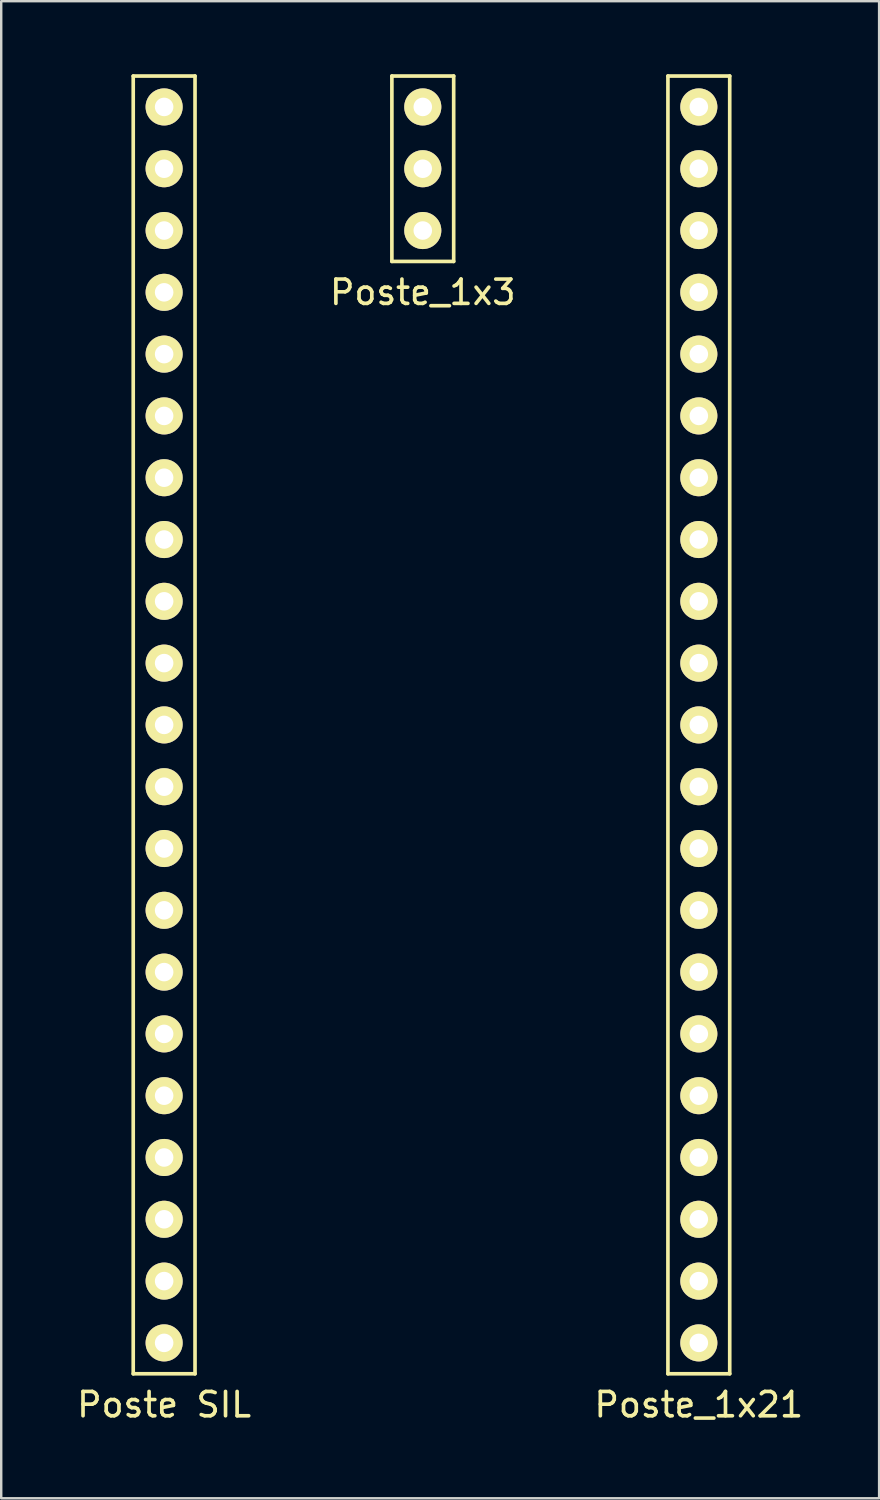
<source format=kicad_pcb>
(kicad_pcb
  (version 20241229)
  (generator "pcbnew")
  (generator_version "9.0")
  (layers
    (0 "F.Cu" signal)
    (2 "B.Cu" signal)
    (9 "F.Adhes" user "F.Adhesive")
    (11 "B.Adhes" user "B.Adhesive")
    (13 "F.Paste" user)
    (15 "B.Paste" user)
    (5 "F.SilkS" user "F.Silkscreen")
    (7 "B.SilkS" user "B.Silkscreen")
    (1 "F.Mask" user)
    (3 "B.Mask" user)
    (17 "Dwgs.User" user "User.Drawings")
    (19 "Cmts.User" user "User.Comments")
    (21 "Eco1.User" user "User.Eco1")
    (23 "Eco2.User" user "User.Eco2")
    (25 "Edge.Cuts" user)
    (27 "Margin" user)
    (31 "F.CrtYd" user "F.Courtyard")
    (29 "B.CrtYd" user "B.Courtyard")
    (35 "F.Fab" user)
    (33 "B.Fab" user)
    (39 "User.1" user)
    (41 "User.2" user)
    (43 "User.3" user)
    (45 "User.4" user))
  (footprint "Poste_1x3"
    (layer "F.Cu")
    (at 14.327 3.885)
    (property "Reference" "Poste_1x3" (at 0 5.08 0) (layer "F.SilkS") (effects (font (size 1 1) (thickness 0.15))))
    (attr through_hole)
    (fp_line (start -1.27 -3.81) (end 1.27 -3.81) (stroke (width 0.15) (type solid)) (layer "F.SilkS"))
    (fp_line (start -1.27 3.81) (end -1.27 -3.81) (stroke (width 0.15) (type solid)) (layer "F.SilkS"))
    (fp_line (start 1.27 -3.81) (end 1.27 3.81) (stroke (width 0.15) (type solid)) (layer "F.SilkS"))
    (fp_line (start 1.27 3.81) (end -1.27 3.81) (stroke (width 0.15) (type solid)) (layer "F.SilkS"))
    (pad "1" thru_hole circle (at 0 -2.54) (size 1.524 1.524) (drill 0.762) (layers "*.Cu" "*.Mask" "F.SilkS"))
    (pad "2" thru_hole circle (at 0 0) (size 1.524 1.524) (drill 0.762) (layers "*.Cu" "*.Mask" "F.SilkS"))
    (pad "3" thru_hole circle (at 0 2.54) (size 1.524 1.524) (drill 0.762) (layers "*.Cu" "*.Mask" "F.SilkS")))
  (footprint "Poste_1x21"
    (layer "F.Cu")
    (at 25.673 24.205)
    (property "Reference" "Poste_1x21" (at 0 30.48 0) (layer "F.SilkS") (effects (font (size 1 1) (thickness 0.15))))
    (attr through_hole)
    (fp_line (start -1.27 -24.13) (end 1.27 -24.13) (stroke (width 0.15) (type solid)) (layer "F.SilkS"))
    (fp_line (start -1.27 29.21) (end -1.27 -24.13) (stroke (width 0.15) (type solid)) (layer "F.SilkS"))
    (fp_line (start 1.27 -24.13) (end 1.27 29.21) (stroke (width 0.15) (type solid)) (layer "F.SilkS"))
    (fp_line (start 1.27 29.21) (end -1.27 29.21) (stroke (width 0.15) (type solid)) (layer "F.SilkS"))
    (pad "1" thru_hole circle (at 0 -22.86) (size 1.524 1.524) (drill 0.762) (layers "*.Cu" "*.Mask" "F.SilkS"))
    (pad "2" thru_hole circle (at 0 -20.32) (size 1.524 1.524) (drill 0.762) (layers "*.Cu" "*.Mask" "F.SilkS"))
    (pad "3" thru_hole circle (at 0 -17.78) (size 1.524 1.524) (drill 0.762) (layers "*.Cu" "*.Mask" "F.SilkS"))
    (pad "4" thru_hole circle (at 0 -15.24) (size 1.524 1.524) (drill 0.762) (layers "*.Cu" "*.Mask" "F.SilkS"))
    (pad "5" thru_hole circle (at 0 -12.7) (size 1.524 1.524) (drill 0.762) (layers "*.Cu" "*.Mask" "F.SilkS"))
    (pad "6" thru_hole circle (at 0 -10.16) (size 1.524 1.524) (drill 0.762) (layers "*.Cu" "*.Mask" "F.SilkS"))
    (pad "7" thru_hole circle (at 0 -7.62) (size 1.524 1.524) (drill 0.762) (layers "*.Cu" "*.Mask" "F.SilkS"))
    (pad "8" thru_hole circle (at 0 -5.08) (size 1.524 1.524) (drill 0.762) (layers "*.Cu" "*.Mask" "F.SilkS"))
    (pad "9" thru_hole circle (at 0 -2.54) (size 1.524 1.524) (drill 0.762) (layers "*.Cu" "*.Mask" "F.SilkS"))
    (pad "10" thru_hole circle (at 0 0) (size 1.524 1.524) (drill 0.762) (layers "*.Cu" "*.Mask" "F.SilkS"))
    (pad "11" thru_hole circle (at 0 2.54) (size 1.524 1.524) (drill 0.762) (layers "*.Cu" "*.Mask" "F.SilkS"))
    (pad "12" thru_hole circle (at 0 5.08) (size 1.524 1.524) (drill 0.762) (layers "*.Cu" "*.Mask" "F.SilkS"))
    (pad "13" thru_hole circle (at 0 7.62) (size 1.524 1.524) (drill 0.762) (layers "*.Cu" "*.Mask" "F.SilkS"))
    (pad "14" thru_hole circle (at 0 10.16) (size 1.524 1.524) (drill 0.762) (layers "*.Cu" "*.Mask" "F.SilkS"))
    (pad "15" thru_hole circle (at 0 12.7) (size 1.524 1.524) (drill 0.762) (layers "*.Cu" "*.Mask" "F.SilkS"))
    (pad "16" thru_hole circle (at 0 15.24) (size 1.524 1.524) (drill 0.762) (layers "*.Cu" "*.Mask" "F.SilkS"))
    (pad "17" thru_hole circle (at 0 17.78) (size 1.524 1.524) (drill 0.762) (layers "*.Cu" "*.Mask" "F.SilkS"))
    (pad "18" thru_hole circle (at 0 20.32) (size 1.524 1.524) (drill 0.762) (layers "*.Cu" "*.Mask" "F.SilkS"))
    (pad "19" thru_hole circle (at 0 22.86) (size 1.524 1.524) (drill 0.762) (layers "*.Cu" "*.Mask" "F.SilkS"))
    (pad "20" thru_hole circle (at 0 25.4) (size 1.524 1.524) (drill 0.762) (layers "*.Cu" "*.Mask" "F.SilkS"))
    (pad "21" thru_hole circle (at 0 27.94) (size 1.524 1.524) (drill 0.762) (layers "*.Cu" "*.Mask" "F.SilkS")))
  (footprint "Poste SIL"
    (layer "F.Cu")
    (at 3.696 26.745)
    (property "Reference" "Poste SIL" (at 0 27.94 0) (layer "F.SilkS") (effects (font (size 1 1) (thickness 0.15))))
    (attr through_hole)
    (fp_line (start -1.27 -26.67) (end 1.27 -26.67) (stroke (width 0.15) (type solid)) (layer "F.SilkS"))
    (fp_line (start -1.27 26.67) (end -1.27 -26.67) (stroke (width 0.15) (type solid)) (layer "F.SilkS"))
    (fp_line (start 1.27 -26.67) (end 1.27 26.67) (stroke (width 0.15) (type solid)) (layer "F.SilkS"))
    (fp_line (start 1.27 26.67) (end -1.27 26.67) (stroke (width 0.15) (type solid)) (layer "F.SilkS"))
    (pad "1" thru_hole circle (at 0 -25.4) (size 1.524 1.524) (drill 0.762) (layers "*.Cu" "*.Mask" "F.SilkS"))
    (pad "2" thru_hole circle (at 0 -22.86) (size 1.524 1.524) (drill 0.762) (layers "*.Cu" "*.Mask" "F.SilkS"))
    (pad "3" thru_hole circle (at 0 -20.32) (size 1.524 1.524) (drill 0.762) (layers "*.Cu" "*.Mask" "F.SilkS"))
    (pad "4" thru_hole circle (at 0 -17.78) (size 1.524 1.524) (drill 0.762) (layers "*.Cu" "*.Mask" "F.SilkS"))
    (pad "5" thru_hole circle (at 0 -15.24) (size 1.524 1.524) (drill 0.762) (layers "*.Cu" "*.Mask" "F.SilkS"))
    (pad "6" thru_hole circle (at 0 -12.7) (size 1.524 1.524) (drill 0.762) (layers "*.Cu" "*.Mask" "F.SilkS"))
    (pad "7" thru_hole circle (at 0 -10.16) (size 1.524 1.524) (drill 0.762) (layers "*.Cu" "*.Mask" "F.SilkS"))
    (pad "8" thru_hole circle (at 0 -7.62) (size 1.524 1.524) (drill 0.762) (layers "*.Cu" "*.Mask" "F.SilkS"))
    (pad "9" thru_hole circle (at 0 -5.08) (size 1.524 1.524) (drill 0.762) (layers "*.Cu" "*.Mask" "F.SilkS"))
    (pad "10" thru_hole circle (at 0 -2.54) (size 1.524 1.524) (drill 0.762) (layers "*.Cu" "*.Mask" "F.SilkS"))
    (pad "11" thru_hole circle (at 0 0) (size 1.524 1.524) (drill 0.762) (layers "*.Cu" "*.Mask" "F.SilkS"))
    (pad "12" thru_hole circle (at 0 2.54) (size 1.524 1.524) (drill 0.762) (layers "*.Cu" "*.Mask" "F.SilkS"))
    (pad "13" thru_hole circle (at 0 5.08) (size 1.524 1.524) (drill 0.762) (layers "*.Cu" "*.Mask" "F.SilkS"))
    (pad "14" thru_hole circle (at 0 7.62) (size 1.524 1.524) (drill 0.762) (layers "*.Cu" "*.Mask" "F.SilkS"))
    (pad "15" thru_hole circle (at 0 10.16) (size 1.524 1.524) (drill 0.762) (layers "*.Cu" "*.Mask" "F.SilkS"))
    (pad "16" thru_hole circle (at 0 12.7) (size 1.524 1.524) (drill 0.762) (layers "*.Cu" "*.Mask" "F.SilkS"))
    (pad "17" thru_hole circle (at 0 15.24) (size 1.524 1.524) (drill 0.762) (layers "*.Cu" "*.Mask" "F.SilkS"))
    (pad "18" thru_hole circle (at 0 17.78) (size 1.524 1.524) (drill 0.762) (layers "*.Cu" "*.Mask" "F.SilkS"))
    (pad "19" thru_hole circle (at 0 20.32) (size 1.524 1.524) (drill 0.762) (layers "*.Cu" "*.Mask" "F.SilkS"))
    (pad "20" thru_hole circle (at 0 22.86) (size 1.524 1.524) (drill 0.762) (layers "*.Cu" "*.Mask" "F.SilkS"))
    (pad "21" thru_hole circle (at 0 25.4) (size 1.524 1.524) (drill 0.762) (layers "*.Cu" "*.Mask" "F.SilkS")))
  (gr_rect
    (start -3 -3)
    (end 33.083 58.533)
    (stroke (width 0.1) (type default))
    (fill no)
    (layer "Edge.Cuts")))
</source>
